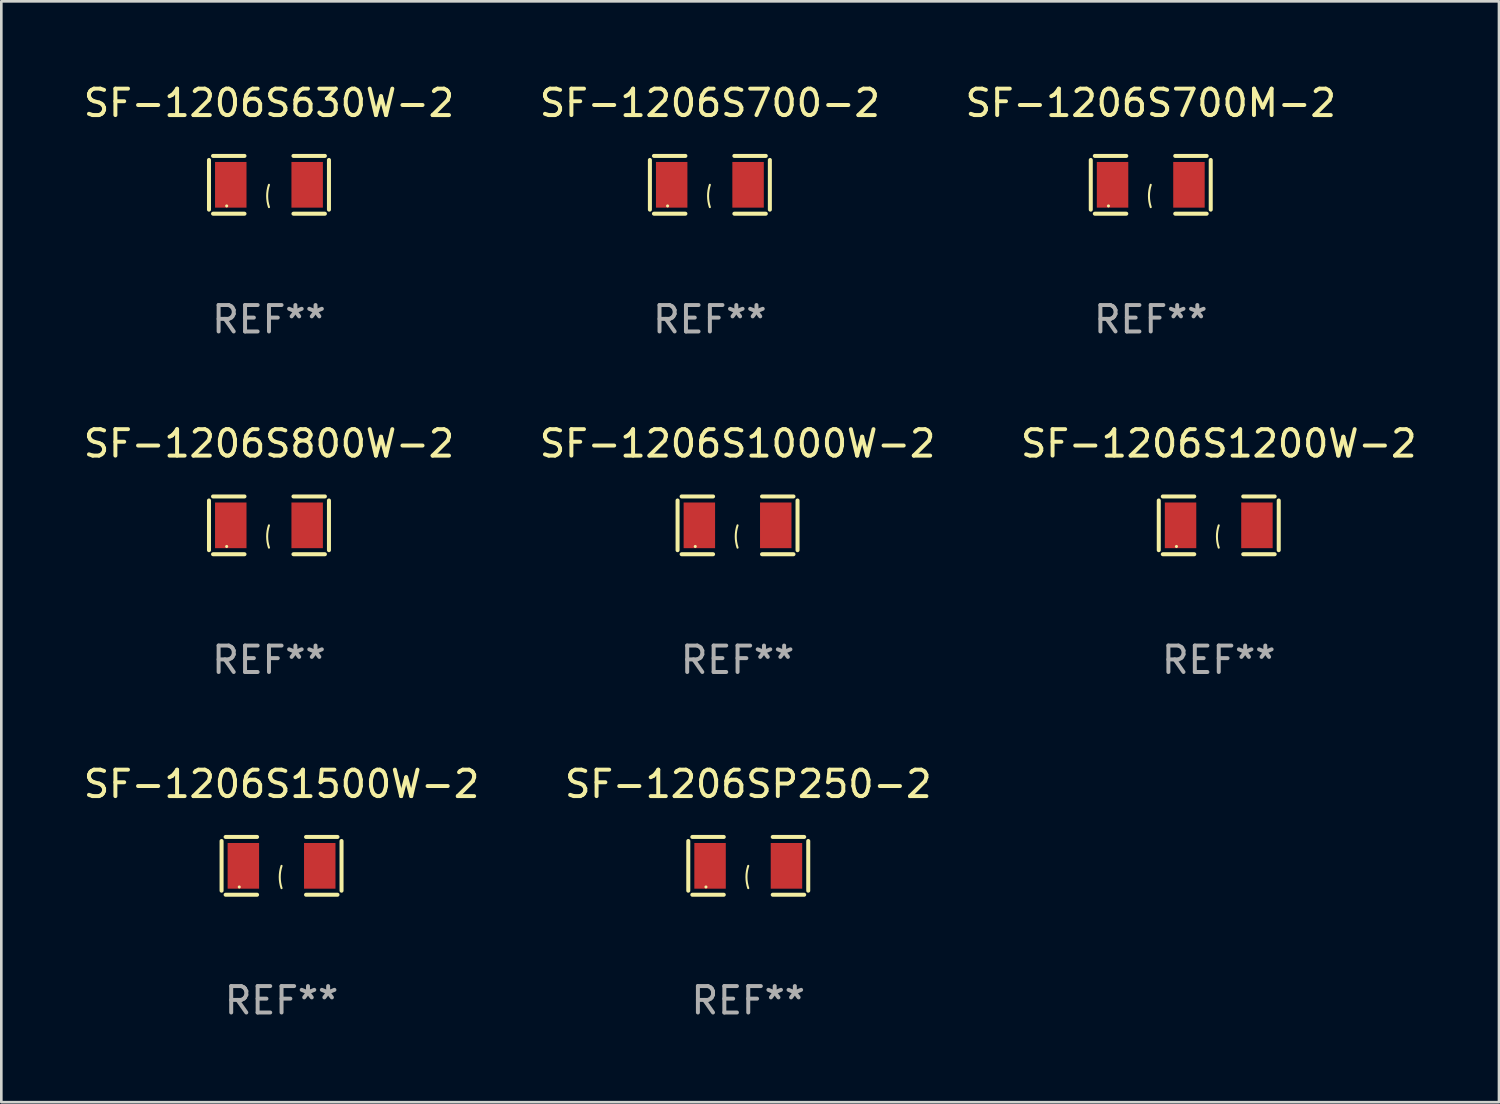
<source format=kicad_pcb>
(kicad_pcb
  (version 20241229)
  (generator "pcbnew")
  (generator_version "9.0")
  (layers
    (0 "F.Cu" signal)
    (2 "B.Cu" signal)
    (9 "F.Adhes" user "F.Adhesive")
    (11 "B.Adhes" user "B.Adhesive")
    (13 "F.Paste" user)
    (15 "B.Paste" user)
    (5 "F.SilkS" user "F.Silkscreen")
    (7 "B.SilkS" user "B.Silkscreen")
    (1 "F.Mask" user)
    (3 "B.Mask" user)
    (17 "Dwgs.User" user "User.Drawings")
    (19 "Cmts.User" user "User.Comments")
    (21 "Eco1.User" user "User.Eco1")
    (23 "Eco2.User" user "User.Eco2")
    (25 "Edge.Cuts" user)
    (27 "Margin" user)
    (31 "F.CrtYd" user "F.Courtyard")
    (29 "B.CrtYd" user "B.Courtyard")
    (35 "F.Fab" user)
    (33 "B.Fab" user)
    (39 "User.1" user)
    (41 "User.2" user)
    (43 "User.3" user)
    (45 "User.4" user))
  (footprint "SF-1206S1000W-2"
    (layer "F.Cu")
    (at 24.851 16.823)
    (property "Reference" "SF-1206S1000W-2" (at 0 -3.093 0) (layer "F.SilkS") (effects (font (size 1 1) (thickness 0.15))))
    (attr through_hole)
    (fp_line (start -2.269 -0.94) (end -2.269 0.94) (stroke (width 0.152) (type solid)) (layer "F.SilkS"))
    (fp_line (start -2.116 1.093) (end -0.926 1.093) (stroke (width 0.152) (type solid)) (layer "F.SilkS"))
    (fp_line (start -0.926 -1.093) (end -2.116 -1.093) (stroke (width 0.152) (type solid)) (layer "F.SilkS"))
    (fp_line (start 0.926 -1.093) (end 2.116 -1.093) (stroke (width 0.152) (type solid)) (layer "F.SilkS"))
    (fp_line (start 2.116 1.093) (end 0.926 1.093) (stroke (width 0.152) (type solid)) (layer "F.SilkS"))
    (fp_line (start 2.269 -0.94) (end 2.269 0.94) (stroke (width 0.152) (type solid)) (layer "F.SilkS"))
    (fp_arc (start 0 0.844951) (mid -0.068559 0.422475) (end 0 0) (stroke (width 0.0762) (type solid)) (layer "F.SilkS"))
    (fp_circle (center -1.6 0.8) (end -1.57 0.8) (stroke (width 0.06) (type solid)) (fill no) (layer "F.SilkS"))
    (fp_text user "REF**" (at 0 5.093 0) (layer "F.Fab") (effects (font (size 1 1) (thickness 0.15))))
    (pad "1" smd rect (at -1.445 0) (size 1.19 1.728) (layers "F.Cu" "F.Mask" "F.Paste"))
    (pad "2" smd rect (at 1.445 0) (size 1.19 1.728) (layers "F.Cu" "F.Mask" "F.Paste")))
  (footprint "SF-1206S700-2"
    (layer "F.Cu")
    (at 23.804 3.941)
    (property "Reference" "SF-1206S700-2" (at 0 -3.093 0) (layer "F.SilkS") (effects (font (size 1 1) (thickness 0.15))))
    (attr through_hole)
    (fp_line (start -2.269 -0.94) (end -2.269 0.94) (stroke (width 0.152) (type solid)) (layer "F.SilkS"))
    (fp_line (start -2.116 1.093) (end -0.926 1.093) (stroke (width 0.152) (type solid)) (layer "F.SilkS"))
    (fp_line (start -0.926 -1.093) (end -2.116 -1.093) (stroke (width 0.152) (type solid)) (layer "F.SilkS"))
    (fp_line (start 0.926 -1.093) (end 2.116 -1.093) (stroke (width 0.152) (type solid)) (layer "F.SilkS"))
    (fp_line (start 2.116 1.093) (end 0.926 1.093) (stroke (width 0.152) (type solid)) (layer "F.SilkS"))
    (fp_line (start 2.269 -0.94) (end 2.269 0.94) (stroke (width 0.152) (type solid)) (layer "F.SilkS"))
    (fp_arc (start 0 0.844951) (mid -0.068559 0.422475) (end 0 0) (stroke (width 0.0762) (type solid)) (layer "F.SilkS"))
    (fp_circle (center -1.6 0.8) (end -1.57 0.8) (stroke (width 0.06) (type solid)) (fill no) (layer "F.SilkS"))
    (fp_text user "REF**" (at 0 5.093 0) (layer "F.Fab") (effects (font (size 1 1) (thickness 0.15))))
    (pad "1" smd rect (at -1.445 0) (size 1.19 1.728) (layers "F.Cu" "F.Mask" "F.Paste"))
    (pad "2" smd rect (at 1.445 0) (size 1.19 1.728) (layers "F.Cu" "F.Mask" "F.Paste")))
  (footprint "SF-1206S1200W-2"
    (layer "F.Cu")
    (at 43.054 16.823)
    (property "Reference" "SF-1206S1200W-2" (at 0 -3.093 0) (layer "F.SilkS") (effects (font (size 1 1) (thickness 0.15))))
    (attr through_hole)
    (fp_line (start -2.269 -0.94) (end -2.269 0.94) (stroke (width 0.152) (type solid)) (layer "F.SilkS"))
    (fp_line (start -2.116 1.093) (end -0.926 1.093) (stroke (width 0.152) (type solid)) (layer "F.SilkS"))
    (fp_line (start -0.926 -1.093) (end -2.116 -1.093) (stroke (width 0.152) (type solid)) (layer "F.SilkS"))
    (fp_line (start 0.926 -1.093) (end 2.116 -1.093) (stroke (width 0.152) (type solid)) (layer "F.SilkS"))
    (fp_line (start 2.116 1.093) (end 0.926 1.093) (stroke (width 0.152) (type solid)) (layer "F.SilkS"))
    (fp_line (start 2.269 -0.94) (end 2.269 0.94) (stroke (width 0.152) (type solid)) (layer "F.SilkS"))
    (fp_arc (start 0 0.844951) (mid -0.068559 0.422475) (end 0 0) (stroke (width 0.0762) (type solid)) (layer "F.SilkS"))
    (fp_circle (center -1.6 0.8) (end -1.57 0.8) (stroke (width 0.06) (type solid)) (fill no) (layer "F.SilkS"))
    (fp_text user "REF**" (at 0 5.093 0) (layer "F.Fab") (effects (font (size 1 1) (thickness 0.15))))
    (pad "1" smd rect (at -1.445 0) (size 1.19 1.728) (layers "F.Cu" "F.Mask" "F.Paste"))
    (pad "2" smd rect (at 1.445 0) (size 1.19 1.728) (layers "F.Cu" "F.Mask" "F.Paste")))
  (footprint "SF-1206S800W-2"
    (layer "F.Cu")
    (at 7.125 16.823)
    (property "Reference" "SF-1206S800W-2" (at 0 -3.093 0) (layer "F.SilkS") (effects (font (size 1 1) (thickness 0.15))))
    (attr through_hole)
    (fp_line (start -2.269 -0.94) (end -2.269 0.94) (stroke (width 0.152) (type solid)) (layer "F.SilkS"))
    (fp_line (start -2.116 1.093) (end -0.926 1.093) (stroke (width 0.152) (type solid)) (layer "F.SilkS"))
    (fp_line (start -0.926 -1.093) (end -2.116 -1.093) (stroke (width 0.152) (type solid)) (layer "F.SilkS"))
    (fp_line (start 0.926 -1.093) (end 2.116 -1.093) (stroke (width 0.152) (type solid)) (layer "F.SilkS"))
    (fp_line (start 2.116 1.093) (end 0.926 1.093) (stroke (width 0.152) (type solid)) (layer "F.SilkS"))
    (fp_line (start 2.269 -0.94) (end 2.269 0.94) (stroke (width 0.152) (type solid)) (layer "F.SilkS"))
    (fp_arc (start 0 0.844951) (mid -0.068559 0.422475) (end 0 0) (stroke (width 0.0762) (type solid)) (layer "F.SilkS"))
    (fp_circle (center -1.6 0.8) (end -1.57 0.8) (stroke (width 0.06) (type solid)) (fill no) (layer "F.SilkS"))
    (fp_text user "REF**" (at 0 5.093 0) (layer "F.Fab") (effects (font (size 1 1) (thickness 0.15))))
    (pad "1" smd rect (at -1.445 0) (size 1.19 1.728) (layers "F.Cu" "F.Mask" "F.Paste"))
    (pad "2" smd rect (at 1.445 0) (size 1.19 1.728) (layers "F.Cu" "F.Mask" "F.Paste")))
  (footprint "SF-1206SP250-2"
    (layer "F.Cu")
    (at 25.256 29.704)
    (property "Reference" "SF-1206SP250-2" (at 0 -3.093 0) (layer "F.SilkS") (effects (font (size 1 1) (thickness 0.15))))
    (attr through_hole)
    (fp_line (start -2.269 -0.94) (end -2.269 0.94) (stroke (width 0.152) (type solid)) (layer "F.SilkS"))
    (fp_line (start -2.116 1.093) (end -0.926 1.093) (stroke (width 0.152) (type solid)) (layer "F.SilkS"))
    (fp_line (start -0.926 -1.093) (end -2.116 -1.093) (stroke (width 0.152) (type solid)) (layer "F.SilkS"))
    (fp_line (start 0.926 -1.093) (end 2.116 -1.093) (stroke (width 0.152) (type solid)) (layer "F.SilkS"))
    (fp_line (start 2.116 1.093) (end 0.926 1.093) (stroke (width 0.152) (type solid)) (layer "F.SilkS"))
    (fp_line (start 2.269 -0.94) (end 2.269 0.94) (stroke (width 0.152) (type solid)) (layer "F.SilkS"))
    (fp_arc (start 0 0.844951) (mid -0.068559 0.422475) (end 0 0) (stroke (width 0.0762) (type solid)) (layer "F.SilkS"))
    (fp_circle (center -1.6 0.8) (end -1.57 0.8) (stroke (width 0.06) (type solid)) (fill no) (layer "F.SilkS"))
    (fp_text user "REF**" (at 0 5.093 0) (layer "F.Fab") (effects (font (size 1 1) (thickness 0.15))))
    (pad "1" smd rect (at -1.445 0) (size 1.19 1.728) (layers "F.Cu" "F.Mask" "F.Paste"))
    (pad "2" smd rect (at 1.445 0) (size 1.19 1.728) (layers "F.Cu" "F.Mask" "F.Paste")))
  (footprint "SF-1206S700M-2"
    (layer "F.Cu")
    (at 40.482 3.941)
    (property "Reference" "SF-1206S700M-2" (at 0 -3.093 0) (layer "F.SilkS") (effects (font (size 1 1) (thickness 0.15))))
    (attr through_hole)
    (fp_line (start -2.269 -0.94) (end -2.269 0.94) (stroke (width 0.152) (type solid)) (layer "F.SilkS"))
    (fp_line (start -2.116 1.093) (end -0.926 1.093) (stroke (width 0.152) (type solid)) (layer "F.SilkS"))
    (fp_line (start -0.926 -1.093) (end -2.116 -1.093) (stroke (width 0.152) (type solid)) (layer "F.SilkS"))
    (fp_line (start 0.926 -1.093) (end 2.116 -1.093) (stroke (width 0.152) (type solid)) (layer "F.SilkS"))
    (fp_line (start 2.116 1.093) (end 0.926 1.093) (stroke (width 0.152) (type solid)) (layer "F.SilkS"))
    (fp_line (start 2.269 -0.94) (end 2.269 0.94) (stroke (width 0.152) (type solid)) (layer "F.SilkS"))
    (fp_arc (start 0 0.844951) (mid -0.068559 0.422475) (end 0 0) (stroke (width 0.0762) (type solid)) (layer "F.SilkS"))
    (fp_circle (center -1.6 0.8) (end -1.57 0.8) (stroke (width 0.06) (type solid)) (fill no) (layer "F.SilkS"))
    (fp_text user "REF**" (at 0 5.093 0) (layer "F.Fab") (effects (font (size 1 1) (thickness 0.15))))
    (pad "1" smd rect (at -1.445 0) (size 1.19 1.728) (layers "F.Cu" "F.Mask" "F.Paste"))
    (pad "2" smd rect (at 1.445 0) (size 1.19 1.728) (layers "F.Cu" "F.Mask" "F.Paste")))
  (footprint "SF-1206S1500W-2"
    (layer "F.Cu")
    (at 7.601 29.704)
    (property "Reference" "SF-1206S1500W-2" (at 0 -3.093 0) (layer "F.SilkS") (effects (font (size 1 1) (thickness 0.15))))
    (attr through_hole)
    (fp_line (start -2.269 -0.94) (end -2.269 0.94) (stroke (width 0.152) (type solid)) (layer "F.SilkS"))
    (fp_line (start -2.116 1.093) (end -0.926 1.093) (stroke (width 0.152) (type solid)) (layer "F.SilkS"))
    (fp_line (start -0.926 -1.093) (end -2.116 -1.093) (stroke (width 0.152) (type solid)) (layer "F.SilkS"))
    (fp_line (start 0.926 -1.093) (end 2.116 -1.093) (stroke (width 0.152) (type solid)) (layer "F.SilkS"))
    (fp_line (start 2.116 1.093) (end 0.926 1.093) (stroke (width 0.152) (type solid)) (layer "F.SilkS"))
    (fp_line (start 2.269 -0.94) (end 2.269 0.94) (stroke (width 0.152) (type solid)) (layer "F.SilkS"))
    (fp_arc (start 0 0.844951) (mid -0.068559 0.422475) (end 0 0) (stroke (width 0.0762) (type solid)) (layer "F.SilkS"))
    (fp_circle (center -1.6 0.8) (end -1.57 0.8) (stroke (width 0.06) (type solid)) (fill no) (layer "F.SilkS"))
    (fp_text user "REF**" (at 0 5.093 0) (layer "F.Fab") (effects (font (size 1 1) (thickness 0.15))))
    (pad "1" smd rect (at -1.445 0) (size 1.19 1.728) (layers "F.Cu" "F.Mask" "F.Paste"))
    (pad "2" smd rect (at 1.445 0) (size 1.19 1.728) (layers "F.Cu" "F.Mask" "F.Paste")))
  (footprint "SF-1206S630W-2"
    (layer "F.Cu")
    (at 7.125 3.941)
    (property "Reference" "SF-1206S630W-2" (at 0 -3.093 0) (layer "F.SilkS") (effects (font (size 1 1) (thickness 0.15))))
    (attr through_hole)
    (fp_line (start -2.269 -0.94) (end -2.269 0.94) (stroke (width 0.152) (type solid)) (layer "F.SilkS"))
    (fp_line (start -2.116 1.093) (end -0.926 1.093) (stroke (width 0.152) (type solid)) (layer "F.SilkS"))
    (fp_line (start -0.926 -1.093) (end -2.116 -1.093) (stroke (width 0.152) (type solid)) (layer "F.SilkS"))
    (fp_line (start 0.926 -1.093) (end 2.116 -1.093) (stroke (width 0.152) (type solid)) (layer "F.SilkS"))
    (fp_line (start 2.116 1.093) (end 0.926 1.093) (stroke (width 0.152) (type solid)) (layer "F.SilkS"))
    (fp_line (start 2.269 -0.94) (end 2.269 0.94) (stroke (width 0.152) (type solid)) (layer "F.SilkS"))
    (fp_arc (start 0 0.844951) (mid -0.068559 0.422475) (end 0 0) (stroke (width 0.0762) (type solid)) (layer "F.SilkS"))
    (fp_circle (center -1.6 0.8) (end -1.57 0.8) (stroke (width 0.06) (type solid)) (fill no) (layer "F.SilkS"))
    (fp_text user "REF**" (at 0 5.093 0) (layer "F.Fab") (effects (font (size 1 1) (thickness 0.15))))
    (pad "1" smd rect (at -1.445 0) (size 1.19 1.728) (layers "F.Cu" "F.Mask" "F.Paste"))
    (pad "2" smd rect (at 1.445 0) (size 1.19 1.728) (layers "F.Cu" "F.Mask" "F.Paste")))
  (gr_rect
    (start -3 -3)
    (end 53.655 38.645)
    (stroke (width 0.1) (type default))
    (fill no)
    (layer "Edge.Cuts")))
</source>
